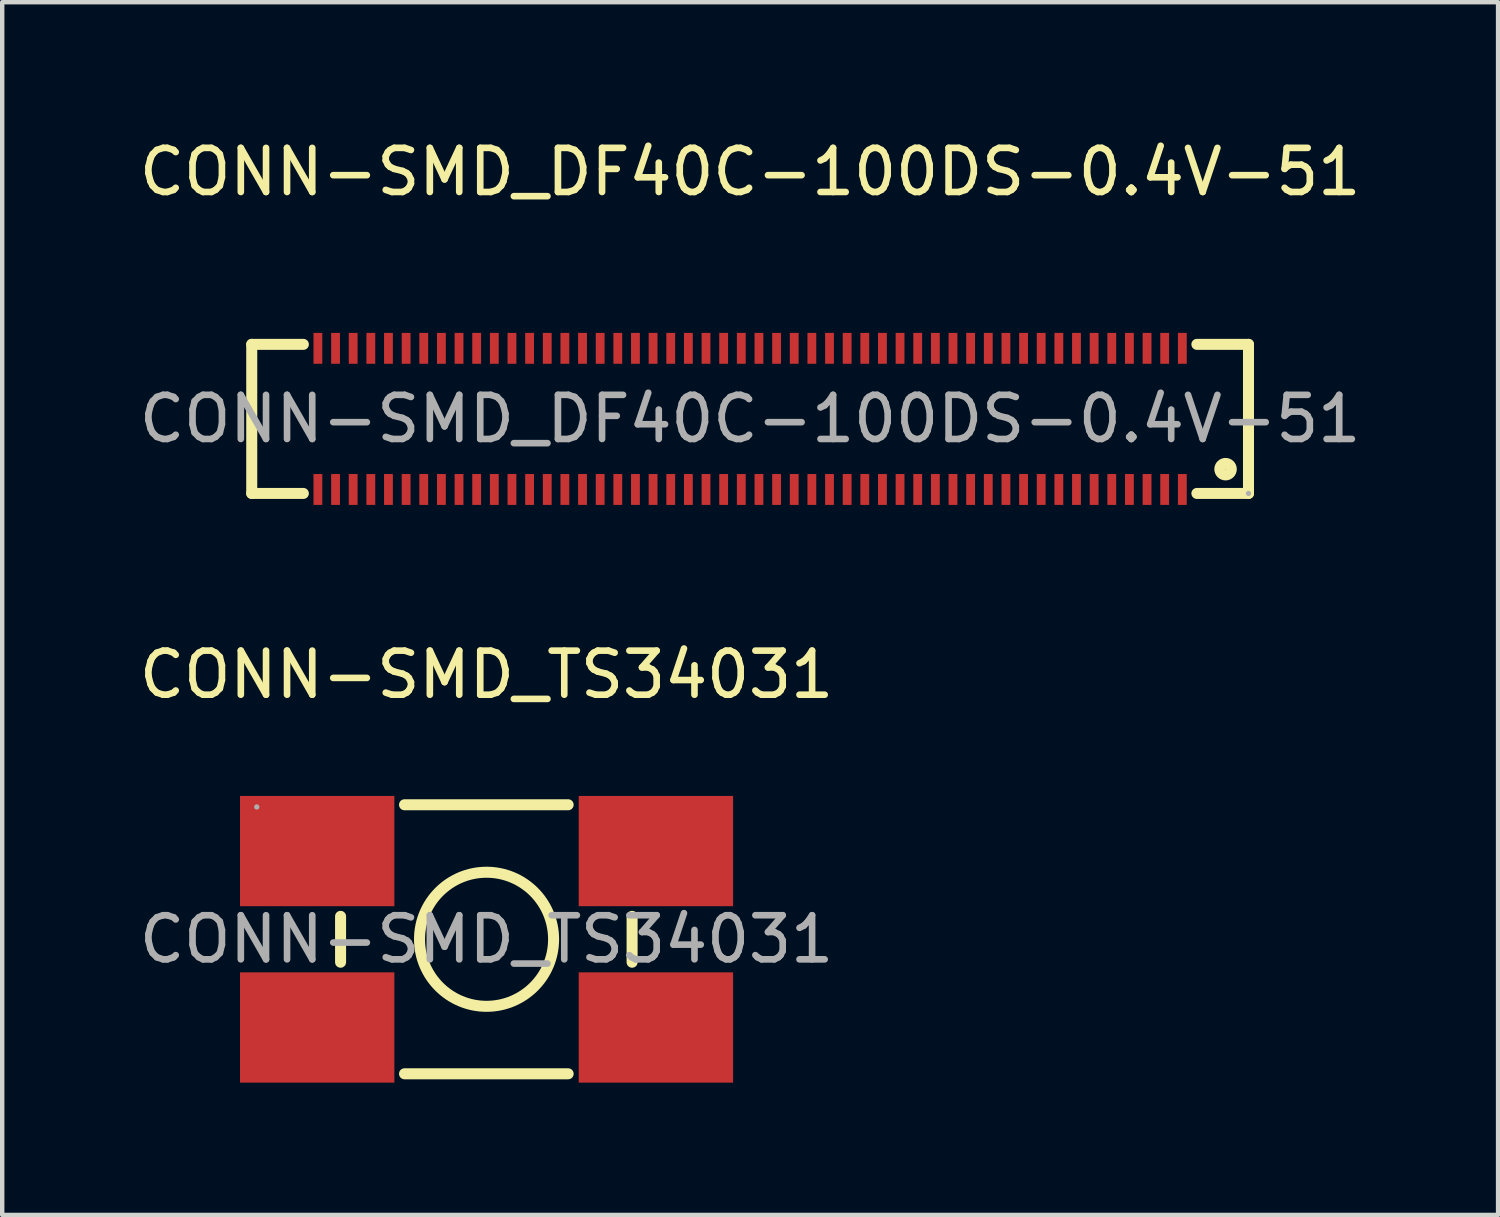
<source format=kicad_pcb>
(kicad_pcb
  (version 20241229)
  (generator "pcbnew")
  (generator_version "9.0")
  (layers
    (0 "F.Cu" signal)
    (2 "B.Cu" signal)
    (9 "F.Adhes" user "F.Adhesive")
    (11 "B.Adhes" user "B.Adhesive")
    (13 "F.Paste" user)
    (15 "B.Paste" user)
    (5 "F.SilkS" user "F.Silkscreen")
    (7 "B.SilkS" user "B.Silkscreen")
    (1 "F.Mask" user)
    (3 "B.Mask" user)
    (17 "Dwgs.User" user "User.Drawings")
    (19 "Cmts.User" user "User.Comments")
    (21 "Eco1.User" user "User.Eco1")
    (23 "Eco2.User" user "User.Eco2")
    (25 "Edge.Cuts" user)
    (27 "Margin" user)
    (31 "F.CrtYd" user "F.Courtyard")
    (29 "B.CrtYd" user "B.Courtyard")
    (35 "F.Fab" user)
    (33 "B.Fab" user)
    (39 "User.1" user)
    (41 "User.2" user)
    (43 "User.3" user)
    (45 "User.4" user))
  (footprint "CONN-SMD_DF40C-100DS-0.4V-51"
    (layer "F.Cu")
    (at 13.958 6.448)
    (property "Reference" "CONN-SMD_DF40C-100DS-0.4V-51" (at 0 -5.6 0) (layer "F.SilkS") (effects (font (size 1 1) (thickness 0.15))))
    (attr smd)
    (fp_line (start -11.3 -1.69) (end -11.3 1.69) (stroke (width 0.25) (type solid)) (layer "F.SilkS"))
    (fp_line (start -11.3 -1.69) (end -10.13 -1.69) (stroke (width 0.25) (type solid)) (layer "F.SilkS"))
    (fp_line (start -11.3 1.69) (end -10.13 1.69) (stroke (width 0.25) (type solid)) (layer "F.SilkS"))
    (fp_line (start 10.13 -1.69) (end 11.3 -1.69) (stroke (width 0.25) (type solid)) (layer "F.SilkS"))
    (fp_line (start 10.13 1.69) (end 11.3 1.69) (stroke (width 0.25) (type solid)) (layer "F.SilkS"))
    (fp_line (start 11.3 -1.69) (end 11.3 1.69) (stroke (width 0.25) (type solid)) (layer "F.SilkS"))
    (fp_circle (center 10.78 1.14) (end 10.91 1.14) (stroke (width 0.25) (type solid)) (fill no) (layer "F.SilkS"))
    (fp_circle (center 11.3 1.69) (end 11.33 1.69) (stroke (width 0.06) (type solid)) (fill no) (layer "F.Fab"))
    (fp_text user "${REFERENCE}" (at 0 0 0) (layer "F.Fab") (effects (font (size 1 1) (thickness 0.15))))
    (pad "1" smd rect (at 9.8 1.6) (size 0.2 0.7) (layers "F.Cu" "F.Mask" "F.Paste"))
    (pad "2" smd rect (at 9.4 1.6) (size 0.2 0.7) (layers "F.Cu" "F.Mask" "F.Paste"))
    (pad "3" smd rect (at 9 1.6) (size 0.2 0.7) (layers "F.Cu" "F.Mask" "F.Paste"))
    (pad "4" smd rect (at 8.6 1.6) (size 0.2 0.7) (layers "F.Cu" "F.Mask" "F.Paste"))
    (pad "5" smd rect (at 8.2 1.6) (size 0.2 0.7) (layers "F.Cu" "F.Mask" "F.Paste"))
    (pad "6" smd rect (at 7.8 1.6) (size 0.2 0.7) (layers "F.Cu" "F.Mask" "F.Paste"))
    (pad "7" smd rect (at 7.4 1.6) (size 0.2 0.7) (layers "F.Cu" "F.Mask" "F.Paste"))
    (pad "8" smd rect (at 7 1.6) (size 0.2 0.7) (layers "F.Cu" "F.Mask" "F.Paste"))
    (pad "9" smd rect (at 6.6 1.6) (size 0.2 0.7) (layers "F.Cu" "F.Mask" "F.Paste"))
    (pad "10" smd rect (at 6.2 1.6) (size 0.2 0.7) (layers "F.Cu" "F.Mask" "F.Paste"))
    (pad "11" smd rect (at 5.8 1.6) (size 0.2 0.7) (layers "F.Cu" "F.Mask" "F.Paste"))
    (pad "12" smd rect (at 5.4 1.6) (size 0.2 0.7) (layers "F.Cu" "F.Mask" "F.Paste"))
    (pad "13" smd rect (at 5 1.6) (size 0.2 0.7) (layers "F.Cu" "F.Mask" "F.Paste"))
    (pad "14" smd rect (at 4.6 1.6) (size 0.2 0.7) (layers "F.Cu" "F.Mask" "F.Paste"))
    (pad "15" smd rect (at 4.2 1.6) (size 0.2 0.7) (layers "F.Cu" "F.Mask" "F.Paste"))
    (pad "16" smd rect (at 3.8 1.6) (size 0.2 0.7) (layers "F.Cu" "F.Mask" "F.Paste"))
    (pad "17" smd rect (at 3.4 1.6) (size 0.2 0.7) (layers "F.Cu" "F.Mask" "F.Paste"))
    (pad "18" smd rect (at 3 1.6) (size 0.2 0.7) (layers "F.Cu" "F.Mask" "F.Paste"))
    (pad "19" smd rect (at 2.6 1.6) (size 0.2 0.7) (layers "F.Cu" "F.Mask" "F.Paste"))
    (pad "20" smd rect (at 2.2 1.6) (size 0.2 0.7) (layers "F.Cu" "F.Mask" "F.Paste"))
    (pad "21" smd rect (at 1.8 1.6) (size 0.2 0.7) (layers "F.Cu" "F.Mask" "F.Paste"))
    (pad "22" smd rect (at 1.4 1.6) (size 0.2 0.7) (layers "F.Cu" "F.Mask" "F.Paste"))
    (pad "23" smd rect (at 1 1.6) (size 0.2 0.7) (layers "F.Cu" "F.Mask" "F.Paste"))
    (pad "24" smd rect (at 0.6 1.6) (size 0.2 0.7) (layers "F.Cu" "F.Mask" "F.Paste"))
    (pad "25" smd rect (at 0.2 1.6) (size 0.2 0.7) (layers "F.Cu" "F.Mask" "F.Paste"))
    (pad "26" smd rect (at -0.2 1.6) (size 0.2 0.7) (layers "F.Cu" "F.Mask" "F.Paste"))
    (pad "27" smd rect (at -0.6 1.6) (size 0.2 0.7) (layers "F.Cu" "F.Mask" "F.Paste"))
    (pad "28" smd rect (at -1 1.6) (size 0.2 0.7) (layers "F.Cu" "F.Mask" "F.Paste"))
    (pad "29" smd rect (at -1.4 1.6) (size 0.2 0.7) (layers "F.Cu" "F.Mask" "F.Paste"))
    (pad "30" smd rect (at -1.8 1.6) (size 0.2 0.7) (layers "F.Cu" "F.Mask" "F.Paste"))
    (pad "31" smd rect (at -2.2 1.6) (size 0.2 0.7) (layers "F.Cu" "F.Mask" "F.Paste"))
    (pad "32" smd rect (at -2.6 1.6) (size 0.2 0.7) (layers "F.Cu" "F.Mask" "F.Paste"))
    (pad "33" smd rect (at -3 1.6) (size 0.2 0.7) (layers "F.Cu" "F.Mask" "F.Paste"))
    (pad "34" smd rect (at -3.4 1.6) (size 0.2 0.7) (layers "F.Cu" "F.Mask" "F.Paste"))
    (pad "35" smd rect (at -3.8 1.6) (size 0.2 0.7) (layers "F.Cu" "F.Mask" "F.Paste"))
    (pad "36" smd rect (at -4.2 1.6) (size 0.2 0.7) (layers "F.Cu" "F.Mask" "F.Paste"))
    (pad "37" smd rect (at -4.6 1.6) (size 0.2 0.7) (layers "F.Cu" "F.Mask" "F.Paste"))
    (pad "38" smd rect (at -5 1.6) (size 0.2 0.7) (layers "F.Cu" "F.Mask" "F.Paste"))
    (pad "39" smd rect (at -5.4 1.6) (size 0.2 0.7) (layers "F.Cu" "F.Mask" "F.Paste"))
    (pad "40" smd rect (at -5.8 1.6) (size 0.2 0.7) (layers "F.Cu" "F.Mask" "F.Paste"))
    (pad "41" smd rect (at -6.2 1.6) (size 0.2 0.7) (layers "F.Cu" "F.Mask" "F.Paste"))
    (pad "42" smd rect (at -6.6 1.6) (size 0.2 0.7) (layers "F.Cu" "F.Mask" "F.Paste"))
    (pad "43" smd rect (at -7 1.6) (size 0.2 0.7) (layers "F.Cu" "F.Mask" "F.Paste"))
    (pad "44" smd rect (at -7.4 1.6) (size 0.2 0.7) (layers "F.Cu" "F.Mask" "F.Paste"))
    (pad "45" smd rect (at -7.8 1.6) (size 0.2 0.7) (layers "F.Cu" "F.Mask" "F.Paste"))
    (pad "46" smd rect (at -8.2 1.6 180) (size 0.2 0.7) (layers "F.Cu" "F.Mask" "F.Paste"))
    (pad "47" smd rect (at -8.6 1.6 180) (size 0.2 0.7) (layers "F.Cu" "F.Mask" "F.Paste"))
    (pad "48" smd rect (at -9 1.6 180) (size 0.2 0.7) (layers "F.Cu" "F.Mask" "F.Paste"))
    (pad "49" smd rect (at -9.4 1.6 180) (size 0.2 0.7) (layers "F.Cu" "F.Mask" "F.Paste"))
    (pad "50" smd rect (at -9.8 1.6 180) (size 0.2 0.7) (layers "F.Cu" "F.Mask" "F.Paste"))
    (pad "51" smd rect (at -9.8 -1.6) (size 0.2 0.7) (layers "F.Cu" "F.Mask" "F.Paste"))
    (pad "52" smd rect (at -9.4 -1.6) (size 0.2 0.7) (layers "F.Cu" "F.Mask" "F.Paste"))
    (pad "53" smd rect (at -9 -1.6) (size 0.2 0.7) (layers "F.Cu" "F.Mask" "F.Paste"))
    (pad "54" smd rect (at -8.6 -1.6) (size 0.2 0.7) (layers "F.Cu" "F.Mask" "F.Paste"))
    (pad "55" smd rect (at -8.2 -1.6) (size 0.2 0.7) (layers "F.Cu" "F.Mask" "F.Paste"))
    (pad "56" smd rect (at -7.8 -1.6) (size 0.2 0.7) (layers "F.Cu" "F.Mask" "F.Paste"))
    (pad "57" smd rect (at -7.4 -1.6) (size 0.2 0.7) (layers "F.Cu" "F.Mask" "F.Paste"))
    (pad "58" smd rect (at -7 -1.6) (size 0.2 0.7) (layers "F.Cu" "F.Mask" "F.Paste"))
    (pad "59" smd rect (at -6.6 -1.6) (size 0.2 0.7) (layers "F.Cu" "F.Mask" "F.Paste"))
    (pad "60" smd rect (at -6.2 -1.6) (size 0.2 0.7) (layers "F.Cu" "F.Mask" "F.Paste"))
    (pad "61" smd rect (at -5.8 -1.6) (size 0.2 0.7) (layers "F.Cu" "F.Mask" "F.Paste"))
    (pad "62" smd rect (at -5.4 -1.6) (size 0.2 0.7) (layers "F.Cu" "F.Mask" "F.Paste"))
    (pad "63" smd rect (at -5 -1.6) (size 0.2 0.7) (layers "F.Cu" "F.Mask" "F.Paste"))
    (pad "64" smd rect (at -4.6 -1.6) (size 0.2 0.7) (layers "F.Cu" "F.Mask" "F.Paste"))
    (pad "65" smd rect (at -4.2 -1.6) (size 0.2 0.7) (layers "F.Cu" "F.Mask" "F.Paste"))
    (pad "66" smd rect (at -3.8 -1.6) (size 0.2 0.7) (layers "F.Cu" "F.Mask" "F.Paste"))
    (pad "67" smd rect (at -3.4 -1.6) (size 0.2 0.7) (layers "F.Cu" "F.Mask" "F.Paste"))
    (pad "68" smd rect (at -3 -1.6) (size 0.2 0.7) (layers "F.Cu" "F.Mask" "F.Paste"))
    (pad "69" smd rect (at -2.6 -1.6) (size 0.2 0.7) (layers "F.Cu" "F.Mask" "F.Paste"))
    (pad "70" smd rect (at -2.2 -1.6) (size 0.2 0.7) (layers "F.Cu" "F.Mask" "F.Paste"))
    (pad "71" smd rect (at -1.8 -1.6) (size 0.2 0.7) (layers "F.Cu" "F.Mask" "F.Paste"))
    (pad "72" smd rect (at -1.4 -1.6) (size 0.2 0.7) (layers "F.Cu" "F.Mask" "F.Paste"))
    (pad "73" smd rect (at -1 -1.6) (size 0.2 0.7) (layers "F.Cu" "F.Mask" "F.Paste"))
    (pad "74" smd rect (at -0.6 -1.6) (size 0.2 0.7) (layers "F.Cu" "F.Mask" "F.Paste"))
    (pad "75" smd rect (at -0.2 -1.6) (size 0.2 0.7) (layers "F.Cu" "F.Mask" "F.Paste"))
    (pad "76" smd rect (at 0.2 -1.6) (size 0.2 0.7) (layers "F.Cu" "F.Mask" "F.Paste"))
    (pad "77" smd rect (at 0.6 -1.6) (size 0.2 0.7) (layers "F.Cu" "F.Mask" "F.Paste"))
    (pad "78" smd rect (at 1 -1.6) (size 0.2 0.7) (layers "F.Cu" "F.Mask" "F.Paste"))
    (pad "79" smd rect (at 1.4 -1.6) (size 0.2 0.7) (layers "F.Cu" "F.Mask" "F.Paste"))
    (pad "80" smd rect (at 1.8 -1.6) (size 0.2 0.7) (layers "F.Cu" "F.Mask" "F.Paste"))
    (pad "81" smd rect (at 2.2 -1.6) (size 0.2 0.7) (layers "F.Cu" "F.Mask" "F.Paste"))
    (pad "82" smd rect (at 2.6 -1.6) (size 0.2 0.7) (layers "F.Cu" "F.Mask" "F.Paste"))
    (pad "83" smd rect (at 3 -1.6) (size 0.2 0.7) (layers "F.Cu" "F.Mask" "F.Paste"))
    (pad "84" smd rect (at 3.4 -1.6) (size 0.2 0.7) (layers "F.Cu" "F.Mask" "F.Paste"))
    (pad "85" smd rect (at 3.8 -1.6) (size 0.2 0.7) (layers "F.Cu" "F.Mask" "F.Paste"))
    (pad "86" smd rect (at 4.2 -1.6) (size 0.2 0.7) (layers "F.Cu" "F.Mask" "F.Paste"))
    (pad "87" smd rect (at 4.6 -1.6) (size 0.2 0.7) (layers "F.Cu" "F.Mask" "F.Paste"))
    (pad "88" smd rect (at 5 -1.6) (size 0.2 0.7) (layers "F.Cu" "F.Mask" "F.Paste"))
    (pad "89" smd rect (at 5.4 -1.6) (size 0.2 0.7) (layers "F.Cu" "F.Mask" "F.Paste"))
    (pad "90" smd rect (at 5.8 -1.6) (size 0.2 0.7) (layers "F.Cu" "F.Mask" "F.Paste"))
    (pad "91" smd rect (at 6.2 -1.6) (size 0.2 0.7) (layers "F.Cu" "F.Mask" "F.Paste"))
    (pad "92" smd rect (at 6.6 -1.6) (size 0.2 0.7) (layers "F.Cu" "F.Mask" "F.Paste"))
    (pad "93" smd rect (at 7 -1.6) (size 0.2 0.7) (layers "F.Cu" "F.Mask" "F.Paste"))
    (pad "94" smd rect (at 7.4 -1.6) (size 0.2 0.7) (layers "F.Cu" "F.Mask" "F.Paste"))
    (pad "95" smd rect (at 7.8 -1.6) (size 0.2 0.7) (layers "F.Cu" "F.Mask" "F.Paste"))
    (pad "96" smd rect (at 8.2 -1.6) (size 0.2 0.7) (layers "F.Cu" "F.Mask" "F.Paste"))
    (pad "97" smd rect (at 8.6 -1.6) (size 0.2 0.7) (layers "F.Cu" "F.Mask" "F.Paste"))
    (pad "98" smd rect (at 9 -1.6) (size 0.2 0.7) (layers "F.Cu" "F.Mask" "F.Paste"))
    (pad "99" smd rect (at 9.4 -1.6) (size 0.2 0.7) (layers "F.Cu" "F.Mask" "F.Paste"))
    (pad "100" smd rect (at 9.8 -1.6) (size 0.2 0.7) (layers "F.Cu" "F.Mask" "F.Paste")))
  (footprint "CONN-SMD_TS34031"
    (layer "F.Cu")
    (at 7.982 18.247)
    (property "Reference" "CONN-SMD_TS34031" (at 0 -6 0) (layer "F.SilkS") (effects (font (size 1 1) (thickness 0.15))))
    (attr smd)
    (fp_line (start -3.31 -0.52) (end -3.31 0.52) (stroke (width 0.25) (type solid)) (layer "F.SilkS"))
    (fp_line (start -1.86 -3.05) (end 1.85 -3.05) (stroke (width 0.25) (type solid)) (layer "F.SilkS"))
    (fp_line (start -1.86 3.05) (end 1.85 3.05) (stroke (width 0.25) (type solid)) (layer "F.SilkS"))
    (fp_line (start 3.3 -0.52) (end 3.3 0.52) (stroke (width 0.25) (type solid)) (layer "F.SilkS"))
    (fp_circle (center 0 0) (end 1.52 0) (stroke (width 0.25) (type solid)) (fill no) (layer "F.SilkS"))
    (fp_circle (center -5.21 -3) (end -5.18 -3) (stroke (width 0.06) (type solid)) (fill no) (layer "F.Fab"))
    (fp_text user "${REFERENCE}" (at 0 0 0) (layer "F.Fab") (effects (font (size 1 1) (thickness 0.15))))
    (pad "1" smd rect (at -3.84 -2) (size 3.5 2.5) (layers "F.Cu" "F.Mask" "F.Paste"))
    (pad "2" smd rect (at -3.84 2) (size 3.5 2.5) (layers "F.Cu" "F.Mask" "F.Paste"))
    (pad "3" smd rect (at 3.84 2) (size 3.5 2.5) (layers "F.Cu" "F.Mask" "F.Paste"))
    (pad "4" smd rect (at 3.84 -2) (size 3.5 2.5) (layers "F.Cu" "F.Mask" "F.Paste")))
  (gr_rect
    (start -3 -3)
    (end 30.917 24.497)
    (stroke (width 0.1) (type default))
    (fill no)
    (layer "Edge.Cuts")))
</source>
